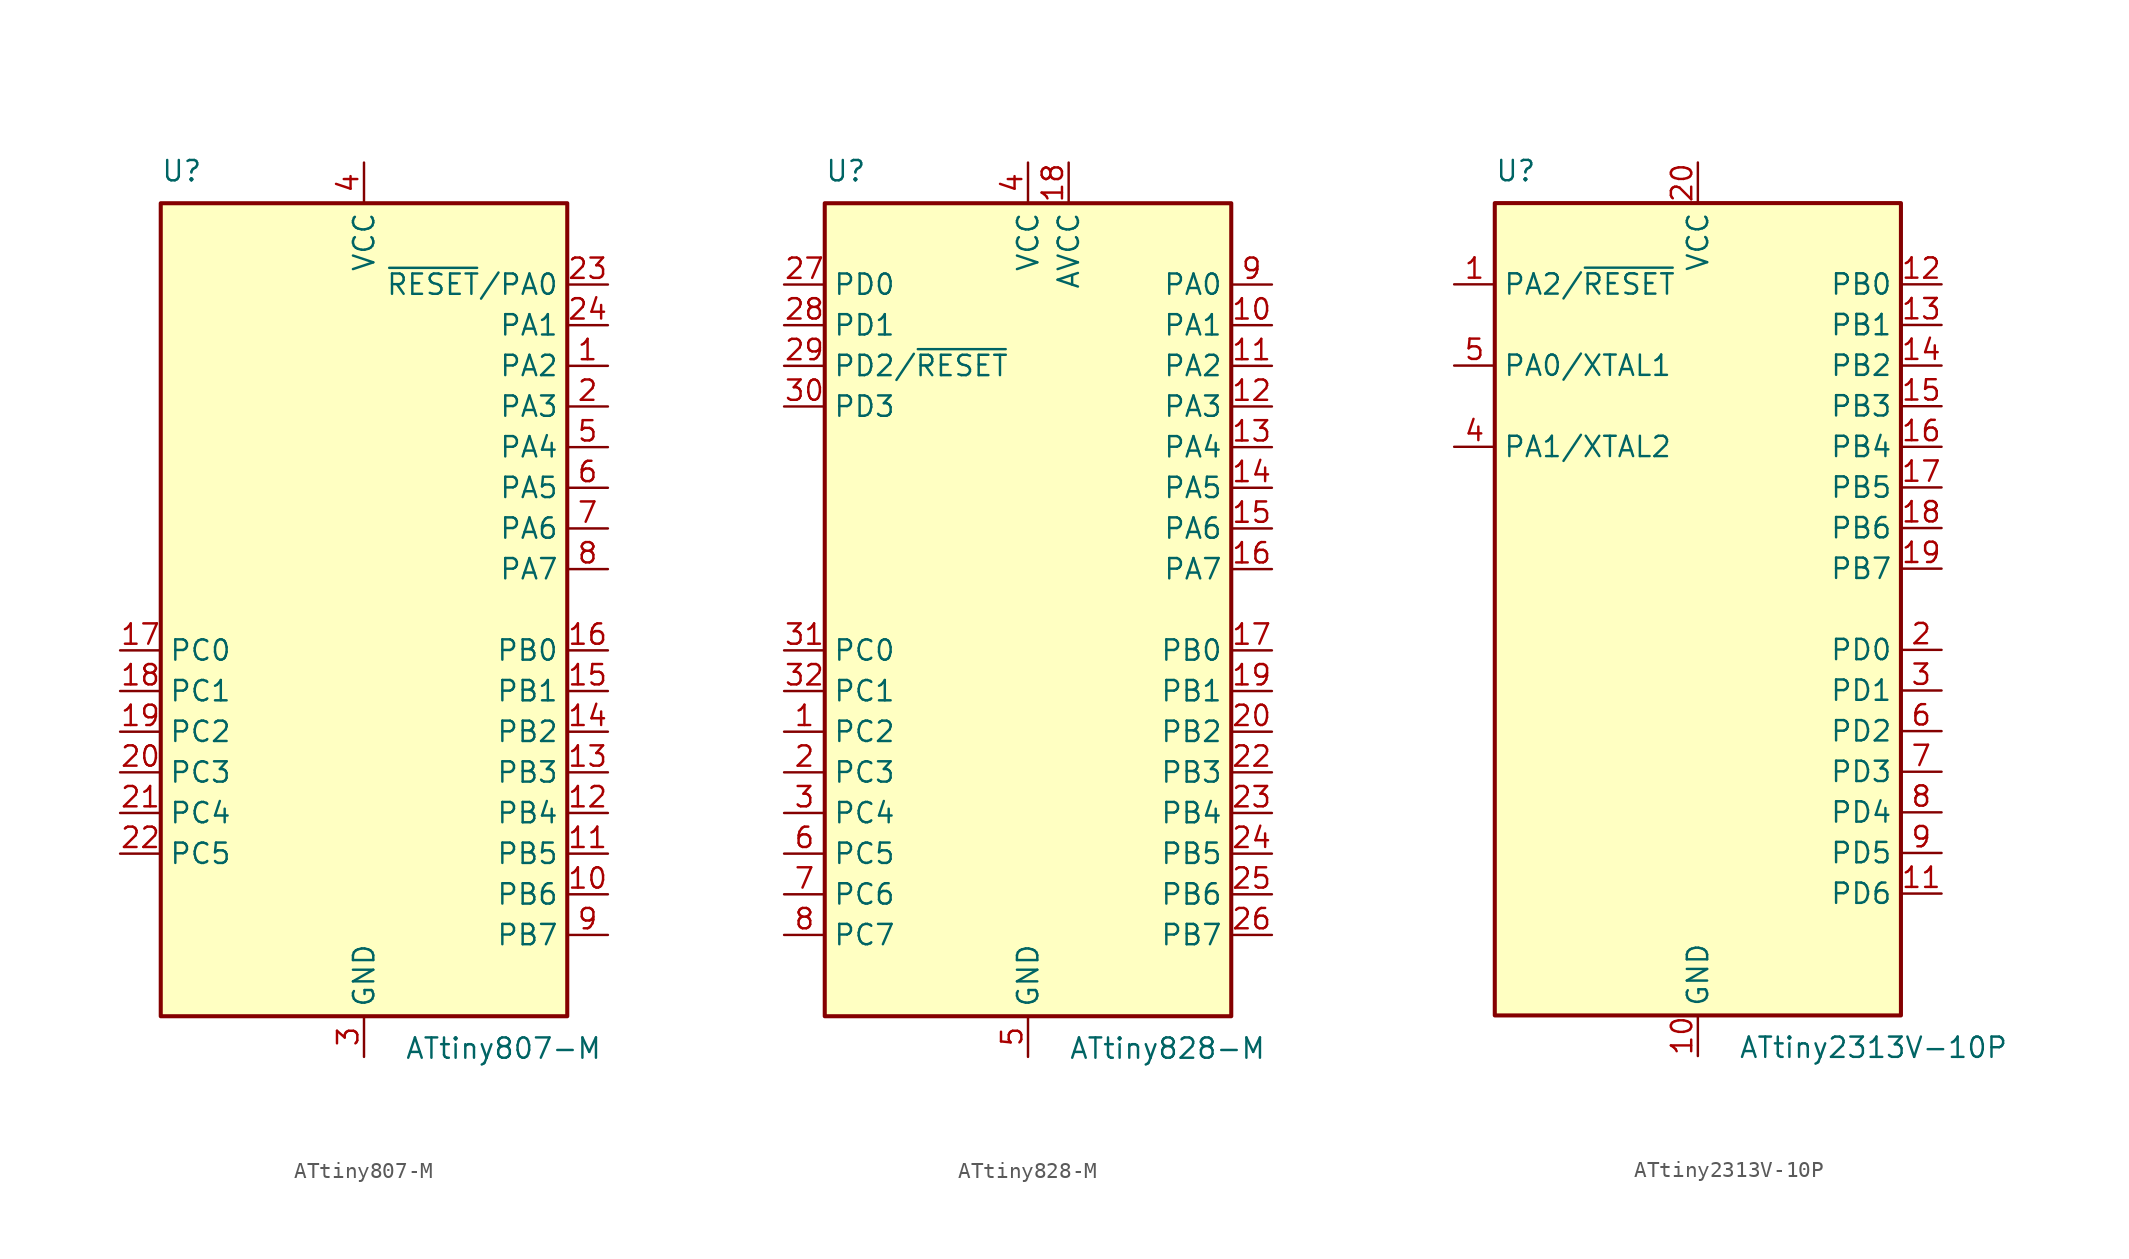
<source format=kicad_sym>
(kicad_symbol_lib
  (version 20201005)
  (generator kicad_symbol_editor)
  (symbol "MCU_Microchip_ATtiny:ATtiny807-M"
    (property "Reference" "U"
      (at -12.7 26.67 0)
      (effects (font (size 1.27 1.27)) (justify left bottom)))
    (property "Value" "ATtiny807-M"
      (at 2.54 -26.67 0)
      (effects (font (size 1.27 1.27)) (justify left top)))
    (symbol "ATtiny807-M_0_1"
      (rectangle (start -12.7 -25.4) (end 12.7 25.4) (stroke (width 0.254)) (fill (type background))))
    (symbol "ATtiny807-M_1_1"
      (pin bidirectional line (at 15.24 15.24 180) (length 2.54) (name "PA2" (effects (font (size 1.27 1.27)))) (number "1" (effects (font (size 1.27 1.27)))))
      (pin bidirectional line (at 15.24 -17.78 180) (length 2.54) (name "PB6" (effects (font (size 1.27 1.27)))) (number "10" (effects (font (size 1.27 1.27)))))
      (pin bidirectional line (at 15.24 -15.24 180) (length 2.54) (name "PB5" (effects (font (size 1.27 1.27)))) (number "11" (effects (font (size 1.27 1.27)))))
      (pin bidirectional line (at 15.24 -12.7 180) (length 2.54) (name "PB4" (effects (font (size 1.27 1.27)))) (number "12" (effects (font (size 1.27 1.27)))))
      (pin bidirectional line (at 15.24 -10.16 180) (length 2.54) (name "PB3" (effects (font (size 1.27 1.27)))) (number "13" (effects (font (size 1.27 1.27)))))
      (pin bidirectional line (at 15.24 -7.62 180) (length 2.54) (name "PB2" (effects (font (size 1.27 1.27)))) (number "14" (effects (font (size 1.27 1.27)))))
      (pin bidirectional line (at 15.24 -5.08 180) (length 2.54) (name "PB1" (effects (font (size 1.27 1.27)))) (number "15" (effects (font (size 1.27 1.27)))))
      (pin bidirectional line (at 15.24 -2.54 180) (length 2.54) (name "PB0" (effects (font (size 1.27 1.27)))) (number "16" (effects (font (size 1.27 1.27)))))
      (pin bidirectional line (at -15.24 -2.54 0) (length 2.54) (name "PC0" (effects (font (size 1.27 1.27)))) (number "17" (effects (font (size 1.27 1.27)))))
      (pin bidirectional line (at -15.24 -5.08 0) (length 2.54) (name "PC1" (effects (font (size 1.27 1.27)))) (number "18" (effects (font (size 1.27 1.27)))))
      (pin bidirectional line (at -15.24 -7.62 0) (length 2.54) (name "PC2" (effects (font (size 1.27 1.27)))) (number "19" (effects (font (size 1.27 1.27)))))
      (pin bidirectional line (at 15.24 12.7 180) (length 2.54) (name "PA3" (effects (font (size 1.27 1.27)))) (number "2" (effects (font (size 1.27 1.27)))))
      (pin bidirectional line (at -15.24 -10.16 0) (length 2.54) (name "PC3" (effects (font (size 1.27 1.27)))) (number "20" (effects (font (size 1.27 1.27)))))
      (pin bidirectional line (at -15.24 -12.7 0) (length 2.54) (name "PC4" (effects (font (size 1.27 1.27)))) (number "21" (effects (font (size 1.27 1.27)))))
      (pin bidirectional line (at -15.24 -15.24 0) (length 2.54) (name "PC5" (effects (font (size 1.27 1.27)))) (number "22" (effects (font (size 1.27 1.27)))))
      (pin bidirectional line (at 15.24 20.32 180) (length 2.54) (name "~RESET~/PA0" (effects (font (size 1.27 1.27)))) (number "23" (effects (font (size 1.27 1.27)))))
      (pin bidirectional line (at 15.24 17.78 180) (length 2.54) (name "PA1" (effects (font (size 1.27 1.27)))) (number "24" (effects (font (size 1.27 1.27)))))
      (pin passive line (at 0 -27.94 90) (length 2.54) hide (name "GND" (effects (font (size 1.27 1.27)))) (number "25" (effects (font (size 1.27 1.27)))))
      (pin power_in line (at 0 -27.94 90) (length 2.54) (name "GND" (effects (font (size 1.27 1.27)))) (number "3" (effects (font (size 1.27 1.27)))))
      (pin power_in line (at 0 27.94 270) (length 2.54) (name "VCC" (effects (font (size 1.27 1.27)))) (number "4" (effects (font (size 1.27 1.27)))))
      (pin bidirectional line (at 15.24 10.16 180) (length 2.54) (name "PA4" (effects (font (size 1.27 1.27)))) (number "5" (effects (font (size 1.27 1.27)))))
      (pin bidirectional line (at 15.24 7.62 180) (length 2.54) (name "PA5" (effects (font (size 1.27 1.27)))) (number "6" (effects (font (size 1.27 1.27)))))
      (pin bidirectional line (at 15.24 5.08 180) (length 2.54) (name "PA6" (effects (font (size 1.27 1.27)))) (number "7" (effects (font (size 1.27 1.27)))))
      (pin bidirectional line (at 15.24 2.54 180) (length 2.54) (name "PA7" (effects (font (size 1.27 1.27)))) (number "8" (effects (font (size 1.27 1.27)))))
      (pin bidirectional line (at 15.24 -20.32 180) (length 2.54) (name "PB7" (effects (font (size 1.27 1.27)))) (number "9" (effects (font (size 1.27 1.27)))))))
  (symbol "MCU_Microchip_ATtiny:ATtiny828-M"
    (property "Reference" "U"
      (at -12.7 26.67 0)
      (effects (font (size 1.27 1.27)) (justify left bottom)))
    (property "Value" "ATtiny828-M"
      (at 2.54 -26.67 0)
      (effects (font (size 1.27 1.27)) (justify left top)))
    (symbol "ATtiny828-M_0_1"
      (rectangle (start -12.7 -25.4) (end 12.7 25.4) (stroke (width 0.254)) (fill (type background))))
    (symbol "ATtiny828-M_1_1"
      (pin bidirectional line (at -15.24 -7.62 0) (length 2.54) (name "PC2" (effects (font (size 1.27 1.27)))) (number "1" (effects (font (size 1.27 1.27)))))
      (pin bidirectional line (at 15.24 17.78 180) (length 2.54) (name "PA1" (effects (font (size 1.27 1.27)))) (number "10" (effects (font (size 1.27 1.27)))))
      (pin bidirectional line (at 15.24 15.24 180) (length 2.54) (name "PA2" (effects (font (size 1.27 1.27)))) (number "11" (effects (font (size 1.27 1.27)))))
      (pin bidirectional line (at 15.24 12.7 180) (length 2.54) (name "PA3" (effects (font (size 1.27 1.27)))) (number "12" (effects (font (size 1.27 1.27)))))
      (pin bidirectional line (at 15.24 10.16 180) (length 2.54) (name "PA4" (effects (font (size 1.27 1.27)))) (number "13" (effects (font (size 1.27 1.27)))))
      (pin bidirectional line (at 15.24 7.62 180) (length 2.54) (name "PA5" (effects (font (size 1.27 1.27)))) (number "14" (effects (font (size 1.27 1.27)))))
      (pin bidirectional line (at 15.24 5.08 180) (length 2.54) (name "PA6" (effects (font (size 1.27 1.27)))) (number "15" (effects (font (size 1.27 1.27)))))
      (pin bidirectional line (at 15.24 2.54 180) (length 2.54) (name "PA7" (effects (font (size 1.27 1.27)))) (number "16" (effects (font (size 1.27 1.27)))))
      (pin bidirectional line (at 15.24 -2.54 180) (length 2.54) (name "PB0" (effects (font (size 1.27 1.27)))) (number "17" (effects (font (size 1.27 1.27)))))
      (pin power_in line (at 2.54 27.94 270) (length 2.54) (name "AVCC" (effects (font (size 1.27 1.27)))) (number "18" (effects (font (size 1.27 1.27)))))
      (pin bidirectional line (at 15.24 -5.08 180) (length 2.54) (name "PB1" (effects (font (size 1.27 1.27)))) (number "19" (effects (font (size 1.27 1.27)))))
      (pin bidirectional line (at -15.24 -10.16 0) (length 2.54) (name "PC3" (effects (font (size 1.27 1.27)))) (number "2" (effects (font (size 1.27 1.27)))))
      (pin bidirectional line (at 15.24 -7.62 180) (length 2.54) (name "PB2" (effects (font (size 1.27 1.27)))) (number "20" (effects (font (size 1.27 1.27)))))
      (pin passive line (at 0 -27.94 90) (length 2.54) hide (name "GND" (effects (font (size 1.27 1.27)))) (number "21" (effects (font (size 1.27 1.27)))))
      (pin bidirectional line (at 15.24 -10.16 180) (length 2.54) (name "PB3" (effects (font (size 1.27 1.27)))) (number "22" (effects (font (size 1.27 1.27)))))
      (pin bidirectional line (at 15.24 -12.7 180) (length 2.54) (name "PB4" (effects (font (size 1.27 1.27)))) (number "23" (effects (font (size 1.27 1.27)))))
      (pin bidirectional line (at 15.24 -15.24 180) (length 2.54) (name "PB5" (effects (font (size 1.27 1.27)))) (number "24" (effects (font (size 1.27 1.27)))))
      (pin bidirectional line (at 15.24 -17.78 180) (length 2.54) (name "PB6" (effects (font (size 1.27 1.27)))) (number "25" (effects (font (size 1.27 1.27)))))
      (pin bidirectional line (at 15.24 -20.32 180) (length 2.54) (name "PB7" (effects (font (size 1.27 1.27)))) (number "26" (effects (font (size 1.27 1.27)))))
      (pin bidirectional line (at -15.24 20.32 0) (length 2.54) (name "PD0" (effects (font (size 1.27 1.27)))) (number "27" (effects (font (size 1.27 1.27)))))
      (pin bidirectional line (at -15.24 17.78 0) (length 2.54) (name "PD1" (effects (font (size 1.27 1.27)))) (number "28" (effects (font (size 1.27 1.27)))))
      (pin bidirectional line (at -15.24 15.24 0) (length 2.54) (name "PD2/~RESET" (effects (font (size 1.27 1.27)))) (number "29" (effects (font (size 1.27 1.27)))))
      (pin bidirectional line (at -15.24 -12.7 0) (length 2.54) (name "PC4" (effects (font (size 1.27 1.27)))) (number "3" (effects (font (size 1.27 1.27)))))
      (pin bidirectional line (at -15.24 12.7 0) (length 2.54) (name "PD3" (effects (font (size 1.27 1.27)))) (number "30" (effects (font (size 1.27 1.27)))))
      (pin bidirectional line (at -15.24 -2.54 0) (length 2.54) (name "PC0" (effects (font (size 1.27 1.27)))) (number "31" (effects (font (size 1.27 1.27)))))
      (pin bidirectional line (at -15.24 -5.08 0) (length 2.54) (name "PC1" (effects (font (size 1.27 1.27)))) (number "32" (effects (font (size 1.27 1.27)))))
      (pin passive line (at 0 -27.94 90) (length 2.54) hide (name "GND" (effects (font (size 1.27 1.27)))) (number "33" (effects (font (size 1.27 1.27)))))
      (pin power_in line (at 0 27.94 270) (length 2.54) (name "VCC" (effects (font (size 1.27 1.27)))) (number "4" (effects (font (size 1.27 1.27)))))
      (pin power_in line (at 0 -27.94 90) (length 2.54) (name "GND" (effects (font (size 1.27 1.27)))) (number "5" (effects (font (size 1.27 1.27)))))
      (pin bidirectional line (at -15.24 -15.24 0) (length 2.54) (name "PC5" (effects (font (size 1.27 1.27)))) (number "6" (effects (font (size 1.27 1.27)))))
      (pin bidirectional line (at -15.24 -17.78 0) (length 2.54) (name "PC6" (effects (font (size 1.27 1.27)))) (number "7" (effects (font (size 1.27 1.27)))))
      (pin bidirectional line (at -15.24 -20.32 0) (length 2.54) (name "PC7" (effects (font (size 1.27 1.27)))) (number "8" (effects (font (size 1.27 1.27)))))
      (pin bidirectional line (at 15.24 20.32 180) (length 2.54) (name "PA0" (effects (font (size 1.27 1.27)))) (number "9" (effects (font (size 1.27 1.27)))))))
  (symbol "MCU_Microchip_ATtiny:ATtiny2313V-10P"
    (property "Reference" "U"
      (at -12.7 26.67 0)
      (effects (font (size 1.27 1.27)) (justify left bottom)))
    (property "Value" "ATtiny2313V-10P"
      (at 2.54 -26.67 0)
      (effects (font (size 1.27 1.27)) (justify left top)))
    (symbol "ATtiny2313V-10P_0_1"
      (rectangle (start -12.7 -25.4) (end 12.7 25.4) (stroke (width 0.254)) (fill (type background))))
    (symbol "ATtiny2313V-10P_1_1"
      (pin bidirectional line (at -15.24 20.32 0) (length 2.54) (name "PA2/~RESET" (effects (font (size 1.27 1.27)))) (number "1" (effects (font (size 1.27 1.27)))))
      (pin power_in line (at 0 -27.94 90) (length 2.54) (name "GND" (effects (font (size 1.27 1.27)))) (number "10" (effects (font (size 1.27 1.27)))))
      (pin bidirectional line (at 15.24 -17.78 180) (length 2.54) (name "PD6" (effects (font (size 1.27 1.27)))) (number "11" (effects (font (size 1.27 1.27)))))
      (pin bidirectional line (at 15.24 20.32 180) (length 2.54) (name "PB0" (effects (font (size 1.27 1.27)))) (number "12" (effects (font (size 1.27 1.27)))))
      (pin bidirectional line (at 15.24 17.78 180) (length 2.54) (name "PB1" (effects (font (size 1.27 1.27)))) (number "13" (effects (font (size 1.27 1.27)))))
      (pin bidirectional line (at 15.24 15.24 180) (length 2.54) (name "PB2" (effects (font (size 1.27 1.27)))) (number "14" (effects (font (size 1.27 1.27)))))
      (pin bidirectional line (at 15.24 12.7 180) (length 2.54) (name "PB3" (effects (font (size 1.27 1.27)))) (number "15" (effects (font (size 1.27 1.27)))))
      (pin bidirectional line (at 15.24 10.16 180) (length 2.54) (name "PB4" (effects (font (size 1.27 1.27)))) (number "16" (effects (font (size 1.27 1.27)))))
      (pin bidirectional line (at 15.24 7.62 180) (length 2.54) (name "PB5" (effects (font (size 1.27 1.27)))) (number "17" (effects (font (size 1.27 1.27)))))
      (pin bidirectional line (at 15.24 5.08 180) (length 2.54) (name "PB6" (effects (font (size 1.27 1.27)))) (number "18" (effects (font (size 1.27 1.27)))))
      (pin bidirectional line (at 15.24 2.54 180) (length 2.54) (name "PB7" (effects (font (size 1.27 1.27)))) (number "19" (effects (font (size 1.27 1.27)))))
      (pin bidirectional line (at 15.24 -2.54 180) (length 2.54) (name "PD0" (effects (font (size 1.27 1.27)))) (number "2" (effects (font (size 1.27 1.27)))))
      (pin power_in line (at 0 27.94 270) (length 2.54) (name "VCC" (effects (font (size 1.27 1.27)))) (number "20" (effects (font (size 1.27 1.27)))))
      (pin bidirectional line (at 15.24 -5.08 180) (length 2.54) (name "PD1" (effects (font (size 1.27 1.27)))) (number "3" (effects (font (size 1.27 1.27)))))
      (pin bidirectional line (at -15.24 10.16 0) (length 2.54) (name "PA1/XTAL2" (effects (font (size 1.27 1.27)))) (number "4" (effects (font (size 1.27 1.27)))))
      (pin bidirectional line (at -15.24 15.24 0) (length 2.54) (name "PA0/XTAL1" (effects (font (size 1.27 1.27)))) (number "5" (effects (font (size 1.27 1.27)))))
      (pin bidirectional line (at 15.24 -7.62 180) (length 2.54) (name "PD2" (effects (font (size 1.27 1.27)))) (number "6" (effects (font (size 1.27 1.27)))))
      (pin bidirectional line (at 15.24 -10.16 180) (length 2.54) (name "PD3" (effects (font (size 1.27 1.27)))) (number "7" (effects (font (size 1.27 1.27)))))
      (pin bidirectional line (at 15.24 -12.7 180) (length 2.54) (name "PD4" (effects (font (size 1.27 1.27)))) (number "8" (effects (font (size 1.27 1.27)))))
      (pin bidirectional line (at 15.24 -15.24 180) (length 2.54) (name "PD5" (effects (font (size 1.27 1.27)))) (number "9" (effects (font (size 1.27 1.27))))))))
</source>
